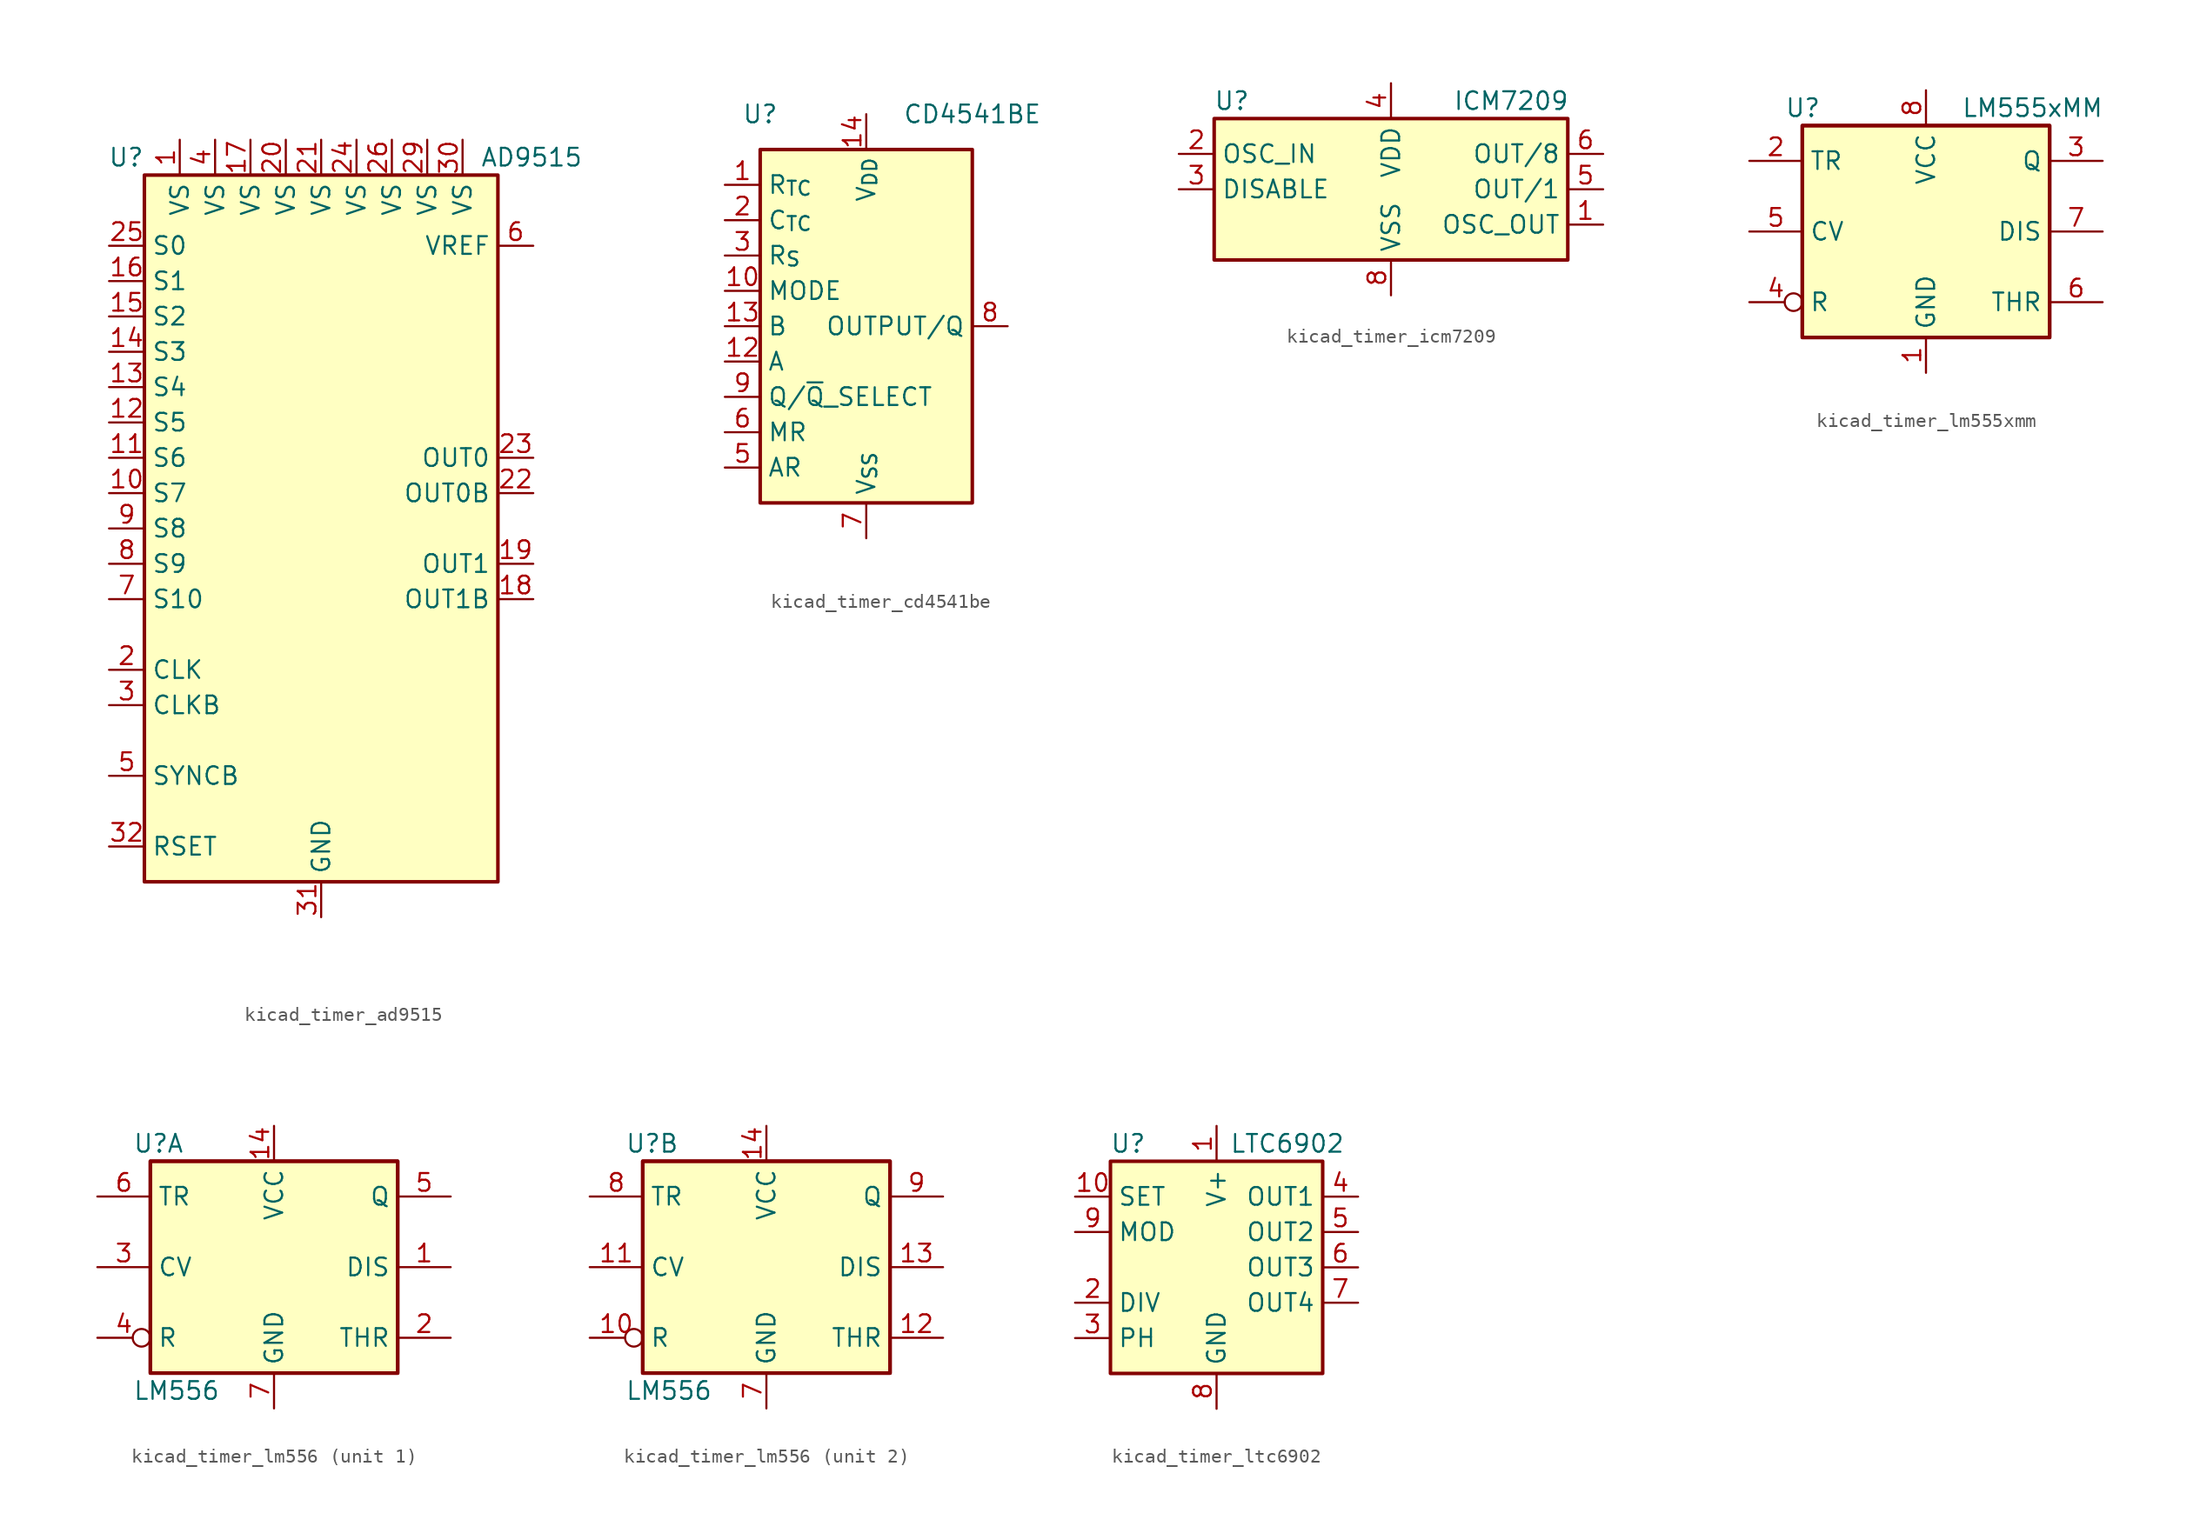
<source format=kicad_sym>
(kicad_symbol_lib
  (version 20220914)
  (generator kicad_symbol_editor)
  (symbol "kicad_timer_ad9515"
    (property "Reference" "U"
      (at -12.7 26.67 0)
      (effects (font (size 1.27 1.27)) (justify right)))
    (property "Value" "AD9515"
      (at 11.43 26.67 0)
      (effects (font (size 1.27 1.27)) (justify left)))
    (symbol "kicad_timer_ad9515_1_1"
      (rectangle (start -12.7 25.4) (end 12.7 -25.4) (stroke (width 0.254) (type default)) (fill (type background)))
      (pin power_in line (at -10.16 27.94 270) (length 2.54) (name "VS" (effects (font (size 1.27 1.27)))) (number "1" (effects (font (size 1.27 1.27)))))
      (pin input line (at -15.24 2.54 0) (length 2.54) (name "S7" (effects (font (size 1.27 1.27)))) (number "10" (effects (font (size 1.27 1.27)))))
      (pin input line (at -15.24 5.08 0) (length 2.54) (name "S6" (effects (font (size 1.27 1.27)))) (number "11" (effects (font (size 1.27 1.27)))))
      (pin input line (at -15.24 7.62 0) (length 2.54) (name "S5" (effects (font (size 1.27 1.27)))) (number "12" (effects (font (size 1.27 1.27)))))
      (pin input line (at -15.24 10.16 0) (length 2.54) (name "S4" (effects (font (size 1.27 1.27)))) (number "13" (effects (font (size 1.27 1.27)))))
      (pin input line (at -15.24 12.7 0) (length 2.54) (name "S3" (effects (font (size 1.27 1.27)))) (number "14" (effects (font (size 1.27 1.27)))))
      (pin input line (at -15.24 15.24 0) (length 2.54) (name "S2" (effects (font (size 1.27 1.27)))) (number "15" (effects (font (size 1.27 1.27)))))
      (pin input line (at -15.24 17.78 0) (length 2.54) (name "S1" (effects (font (size 1.27 1.27)))) (number "16" (effects (font (size 1.27 1.27)))))
      (pin power_in line (at -5.08 27.94 270) (length 2.54) (name "VS" (effects (font (size 1.27 1.27)))) (number "17" (effects (font (size 1.27 1.27)))))
      (pin output line (at 15.24 -5.08 180) (length 2.54) (name "OUT1B" (effects (font (size 1.27 1.27)))) (number "18" (effects (font (size 1.27 1.27)))))
      (pin output line (at 15.24 -2.54 180) (length 2.54) (name "OUT1" (effects (font (size 1.27 1.27)))) (number "19" (effects (font (size 1.27 1.27)))))
      (pin input line (at -15.24 -10.16 0) (length 2.54) (name "CLK" (effects (font (size 1.27 1.27)))) (number "2" (effects (font (size 1.27 1.27)))))
      (pin power_in line (at -2.54 27.94 270) (length 2.54) (name "VS" (effects (font (size 1.27 1.27)))) (number "20" (effects (font (size 1.27 1.27)))))
      (pin power_in line (at 0 27.94 270) (length 2.54) (name "VS" (effects (font (size 1.27 1.27)))) (number "21" (effects (font (size 1.27 1.27)))))
      (pin output line (at 15.24 2.54 180) (length 2.54) (name "OUT0B" (effects (font (size 1.27 1.27)))) (number "22" (effects (font (size 1.27 1.27)))))
      (pin output line (at 15.24 5.08 180) (length 2.54) (name "OUT0" (effects (font (size 1.27 1.27)))) (number "23" (effects (font (size 1.27 1.27)))))
      (pin power_in line (at 2.54 27.94 270) (length 2.54) (name "VS" (effects (font (size 1.27 1.27)))) (number "24" (effects (font (size 1.27 1.27)))))
      (pin input line (at -15.24 20.32 0) (length 2.54) (name "S0" (effects (font (size 1.27 1.27)))) (number "25" (effects (font (size 1.27 1.27)))))
      (pin power_in line (at 5.08 27.94 270) (length 2.54) (name "VS" (effects (font (size 1.27 1.27)))) (number "26" (effects (font (size 1.27 1.27)))))
      (pin no_connect line (at 12.7 10.16 180) (length 2.54) hide (name "NC" (effects (font (size 1.27 1.27)))) (number "27" (effects (font (size 1.27 1.27)))))
      (pin no_connect line (at 12.7 12.7 180) (length 2.54) hide (name "NC" (effects (font (size 1.27 1.27)))) (number "28" (effects (font (size 1.27 1.27)))))
      (pin power_in line (at 7.62 27.94 270) (length 2.54) (name "VS" (effects (font (size 1.27 1.27)))) (number "29" (effects (font (size 1.27 1.27)))))
      (pin input line (at -15.24 -12.7 0) (length 2.54) (name "CLKB" (effects (font (size 1.27 1.27)))) (number "3" (effects (font (size 1.27 1.27)))))
      (pin power_in line (at 10.16 27.94 270) (length 2.54) (name "VS" (effects (font (size 1.27 1.27)))) (number "30" (effects (font (size 1.27 1.27)))))
      (pin power_in line (at 0 -27.94 90) (length 2.54) (name "GND" (effects (font (size 1.27 1.27)))) (number "31" (effects (font (size 1.27 1.27)))))
      (pin passive line (at -15.24 -22.86 0) (length 2.54) (name "RSET" (effects (font (size 1.27 1.27)))) (number "32" (effects (font (size 1.27 1.27)))))
      (pin passive line (at 0 -27.94 90) (length 2.54) hide (name "GND" (effects (font (size 1.27 1.27)))) (number "33" (effects (font (size 1.27 1.27)))))
      (pin power_in line (at -7.62 27.94 270) (length 2.54) (name "VS" (effects (font (size 1.27 1.27)))) (number "4" (effects (font (size 1.27 1.27)))))
      (pin input line (at -15.24 -17.78 0) (length 2.54) (name "SYNCB" (effects (font (size 1.27 1.27)))) (number "5" (effects (font (size 1.27 1.27)))))
      (pin power_out line (at 15.24 20.32 180) (length 2.54) (name "VREF" (effects (font (size 1.27 1.27)))) (number "6" (effects (font (size 1.27 1.27)))))
      (pin input line (at -15.24 -5.08 0) (length 2.54) (name "S10" (effects (font (size 1.27 1.27)))) (number "7" (effects (font (size 1.27 1.27)))))
      (pin input line (at -15.24 -2.54 0) (length 2.54) (name "S9" (effects (font (size 1.27 1.27)))) (number "8" (effects (font (size 1.27 1.27)))))
      (pin input line (at -15.24 0 0) (length 2.54) (name "S8" (effects (font (size 1.27 1.27)))) (number "9" (effects (font (size 1.27 1.27)))))))
  (symbol "kicad_timer_cd4541be"
    (property "Reference" "U"
      (at -7.62 15.24 0)
      (effects (font (size 1.27 1.27))))
    (property "Value" "CD4541BE"
      (at 7.62 15.24 0)
      (effects (font (size 1.27 1.27))))
    (symbol "kicad_timer_cd4541be_0_0"
      (pin input line (at -10.16 10.16 0) (length 2.54) (name "R_{TC}" (effects (font (size 1.27 1.27)))) (number "1" (effects (font (size 1.27 1.27)))))
      (pin input line (at -10.16 2.54 0) (length 2.54) (name "MODE" (effects (font (size 1.27 1.27)))) (number "10" (effects (font (size 1.27 1.27)))))
      (pin no_connect line (at 7.62 -7.62 180) (length 2.54) hide (name "NC" (effects (font (size 1.27 1.27)))) (number "11" (effects (font (size 1.27 1.27)))))
      (pin input line (at -10.16 -2.54 0) (length 2.54) (name "A" (effects (font (size 1.27 1.27)))) (number "12" (effects (font (size 1.27 1.27)))))
      (pin input line (at -10.16 0 0) (length 2.54) (name "B" (effects (font (size 1.27 1.27)))) (number "13" (effects (font (size 1.27 1.27)))))
      (pin power_in line (at 0 15.24 270) (length 2.54) (name "V_{DD}" (effects (font (size 1.27 1.27)))) (number "14" (effects (font (size 1.27 1.27)))))
      (pin input line (at -10.16 7.62 0) (length 2.54) (name "C_{TC}" (effects (font (size 1.27 1.27)))) (number "2" (effects (font (size 1.27 1.27)))))
      (pin input line (at -10.16 5.08 0) (length 2.54) (name "R_{S}" (effects (font (size 1.27 1.27)))) (number "3" (effects (font (size 1.27 1.27)))))
      (pin no_connect line (at 7.62 -5.08 180) (length 2.54) hide (name "NC" (effects (font (size 1.27 1.27)))) (number "4" (effects (font (size 1.27 1.27)))))
      (pin input line (at -10.16 -10.16 0) (length 2.54) (name "AR" (effects (font (size 1.27 1.27)))) (number "5" (effects (font (size 1.27 1.27)))))
      (pin input line (at -10.16 -7.62 0) (length 2.54) (name "MR" (effects (font (size 1.27 1.27)))) (number "6" (effects (font (size 1.27 1.27)))))
      (pin power_in line (at 0 -15.24 90) (length 2.54) (name "V_{SS}" (effects (font (size 1.27 1.27)))) (number "7" (effects (font (size 1.27 1.27)))))
      (pin output line (at 10.16 0 180) (length 2.54) (name "OUTPUT/Q" (effects (font (size 1.27 1.27)))) (number "8" (effects (font (size 1.27 1.27)))))
      (pin input line (at -10.16 -5.08 0) (length 2.54) (name "Q/~{Q}_SELECT" (effects (font (size 1.27 1.27)))) (number "9" (effects (font (size 1.27 1.27))))))
    (symbol "kicad_timer_cd4541be_0_1"
      (rectangle (start 7.62 -12.7) (end -7.62 12.7) (stroke (width 0.254) (type default)) (fill (type background)))))
  (symbol "kicad_timer_icm7209"
    (property "Reference" "U"
      (at -11.43 6.35 0)
      (effects (font (size 1.27 1.27))))
    (property "Value" "ICM7209"
      (at 8.636 6.35 0)
      (effects (font (size 1.27 1.27))))
    (symbol "kicad_timer_icm7209_0_1"
      (rectangle (start -12.7 -5.08) (end 12.7 5.08) (stroke (width 0.254) (type default)) (fill (type background))))
    (symbol "kicad_timer_icm7209_1_1"
      (pin output line (at 15.24 -2.54 180) (length 2.54) (name "OSC_OUT" (effects (font (size 1.27 1.27)))) (number "1" (effects (font (size 1.27 1.27)))))
      (pin input line (at -15.24 2.54 0) (length 2.54) (name "OSC_IN" (effects (font (size 1.27 1.27)))) (number "2" (effects (font (size 1.27 1.27)))))
      (pin input line (at -15.24 0 0) (length 2.54) (name "DISABLE" (effects (font (size 1.27 1.27)))) (number "3" (effects (font (size 1.27 1.27)))))
      (pin power_in line (at 0 7.62 270) (length 2.54) (name "VDD" (effects (font (size 1.27 1.27)))) (number "4" (effects (font (size 1.27 1.27)))))
      (pin output line (at 15.24 0 180) (length 2.54) (name "OUT/1" (effects (font (size 1.27 1.27)))) (number "5" (effects (font (size 1.27 1.27)))))
      (pin output line (at 15.24 2.54 180) (length 2.54) (name "OUT/8" (effects (font (size 1.27 1.27)))) (number "6" (effects (font (size 1.27 1.27)))))
      (pin power_in line (at 0 -7.62 90) (length 2.54) (name "VSS" (effects (font (size 1.27 1.27)))) (number "8" (effects (font (size 1.27 1.27)))))))
  (symbol "kicad_timer_lm555xmm"
    (property "Reference" "U"
      (at -10.16 8.89 0)
      (effects (font (size 1.27 1.27)) (justify left)))
    (property "Value" "LM555xMM"
      (at 2.54 8.89 0)
      (effects (font (size 1.27 1.27)) (justify left)))
    (symbol "kicad_timer_lm555xmm_0_0"
      (pin power_in line (at 0 -10.16 90) (length 2.54) (name "GND" (effects (font (size 1.27 1.27)))) (number "1" (effects (font (size 1.27 1.27)))))
      (pin power_in line (at 0 10.16 270) (length 2.54) (name "VCC" (effects (font (size 1.27 1.27)))) (number "8" (effects (font (size 1.27 1.27))))))
    (symbol "kicad_timer_lm555xmm_0_1"
      (rectangle (start -8.89 -7.62) (end 8.89 7.62) (stroke (width 0.254) (type default)) (fill (type background)))
      (rectangle (start -8.89 -7.62) (end 8.89 7.62) (stroke (width 0.254) (type default)) (fill (type background))))
    (symbol "kicad_timer_lm555xmm_1_1"
      (pin input line (at -12.7 5.08 0) (length 3.81) (name "TR" (effects (font (size 1.27 1.27)))) (number "2" (effects (font (size 1.27 1.27)))))
      (pin output line (at 12.7 5.08 180) (length 3.81) (name "Q" (effects (font (size 1.27 1.27)))) (number "3" (effects (font (size 1.27 1.27)))))
      (pin input inverted (at -12.7 -5.08 0) (length 3.81) (name "R" (effects (font (size 1.27 1.27)))) (number "4" (effects (font (size 1.27 1.27)))))
      (pin input line (at -12.7 0 0) (length 3.81) (name "CV" (effects (font (size 1.27 1.27)))) (number "5" (effects (font (size 1.27 1.27)))))
      (pin input line (at 12.7 -5.08 180) (length 3.81) (name "THR" (effects (font (size 1.27 1.27)))) (number "6" (effects (font (size 1.27 1.27)))))
      (pin input line (at 12.7 0 180) (length 3.81) (name "DIS" (effects (font (size 1.27 1.27)))) (number "7" (effects (font (size 1.27 1.27)))))))
  (symbol "kicad_timer_lm556"
    (property "Reference" "U"
      (at -10.16 8.89 0)
      (effects (font (size 1.27 1.27)) (justify left)))
    (property "Value" "LM556"
      (at -10.16 -8.89 0)
      (effects (font (size 1.27 1.27)) (justify left)))
    (symbol "kicad_timer_lm556_0_0"
      (pin power_in line (at 0 10.16 270) (length 2.54) (name "VCC" (effects (font (size 1.27 1.27)))) (number "14" (effects (font (size 1.27 1.27)))))
      (pin power_in line (at 0 -10.16 90) (length 2.54) (name "GND" (effects (font (size 1.27 1.27)))) (number "7" (effects (font (size 1.27 1.27))))))
    (symbol "kicad_timer_lm556_0_1"
      (rectangle (start -8.89 -7.62) (end 8.89 7.62) (stroke (width 0.254) (type default)) (fill (type background)))
      (rectangle (start -8.89 -7.62) (end 8.89 7.62) (stroke (width 0.254) (type default)) (fill (type background))))
    (symbol "kicad_timer_lm556_1_1"
      (pin input line (at 12.7 0 180) (length 3.81) (name "DIS" (effects (font (size 1.27 1.27)))) (number "1" (effects (font (size 1.27 1.27)))))
      (pin input line (at 12.7 -5.08 180) (length 3.81) (name "THR" (effects (font (size 1.27 1.27)))) (number "2" (effects (font (size 1.27 1.27)))))
      (pin input line (at -12.7 0 0) (length 3.81) (name "CV" (effects (font (size 1.27 1.27)))) (number "3" (effects (font (size 1.27 1.27)))))
      (pin input inverted (at -12.7 -5.08 0) (length 3.81) (name "R" (effects (font (size 1.27 1.27)))) (number "4" (effects (font (size 1.27 1.27)))))
      (pin output line (at 12.7 5.08 180) (length 3.81) (name "Q" (effects (font (size 1.27 1.27)))) (number "5" (effects (font (size 1.27 1.27)))))
      (pin input line (at -12.7 5.08 0) (length 3.81) (name "TR" (effects (font (size 1.27 1.27)))) (number "6" (effects (font (size 1.27 1.27))))))
    (symbol "kicad_timer_lm556_2_1"
      (pin input inverted (at -12.7 -5.08 0) (length 3.81) (name "R" (effects (font (size 1.27 1.27)))) (number "10" (effects (font (size 1.27 1.27)))))
      (pin input line (at -12.7 0 0) (length 3.81) (name "CV" (effects (font (size 1.27 1.27)))) (number "11" (effects (font (size 1.27 1.27)))))
      (pin input line (at 12.7 -5.08 180) (length 3.81) (name "THR" (effects (font (size 1.27 1.27)))) (number "12" (effects (font (size 1.27 1.27)))))
      (pin input line (at 12.7 0 180) (length 3.81) (name "DIS" (effects (font (size 1.27 1.27)))) (number "13" (effects (font (size 1.27 1.27)))))
      (pin input line (at -12.7 5.08 0) (length 3.81) (name "TR" (effects (font (size 1.27 1.27)))) (number "8" (effects (font (size 1.27 1.27)))))
      (pin output line (at 12.7 5.08 180) (length 3.81) (name "Q" (effects (font (size 1.27 1.27)))) (number "9" (effects (font (size 1.27 1.27)))))))
  (symbol "kicad_timer_ltc6902"
    (property "Reference" "U"
      (at -6.35 8.89 0)
      (effects (font (size 1.27 1.27))))
    (property "Value" "LTC6902"
      (at 5.08 8.89 0)
      (effects (font (size 1.27 1.27))))
    (symbol "kicad_timer_ltc6902_0_1"
      (rectangle (start -7.62 7.62) (end 7.62 -7.62) (stroke (width 0.254) (type default)) (fill (type background))))
    (symbol "kicad_timer_ltc6902_1_1"
      (pin power_in line (at 0 10.16 270) (length 2.54) (name "V+" (effects (font (size 1.27 1.27)))) (number "1" (effects (font (size 1.27 1.27)))))
      (pin passive line (at -10.16 5.08 0) (length 2.54) (name "SET" (effects (font (size 1.27 1.27)))) (number "10" (effects (font (size 1.27 1.27)))))
      (pin input line (at -10.16 -2.54 0) (length 2.54) (name "DIV" (effects (font (size 1.27 1.27)))) (number "2" (effects (font (size 1.27 1.27)))))
      (pin input line (at -10.16 -5.08 0) (length 2.54) (name "PH" (effects (font (size 1.27 1.27)))) (number "3" (effects (font (size 1.27 1.27)))))
      (pin output line (at 10.16 5.08 180) (length 2.54) (name "OUT1" (effects (font (size 1.27 1.27)))) (number "4" (effects (font (size 1.27 1.27)))))
      (pin output line (at 10.16 2.54 180) (length 2.54) (name "OUT2" (effects (font (size 1.27 1.27)))) (number "5" (effects (font (size 1.27 1.27)))))
      (pin output line (at 10.16 0 180) (length 2.54) (name "OUT3" (effects (font (size 1.27 1.27)))) (number "6" (effects (font (size 1.27 1.27)))))
      (pin output line (at 10.16 -2.54 180) (length 2.54) (name "OUT4" (effects (font (size 1.27 1.27)))) (number "7" (effects (font (size 1.27 1.27)))))
      (pin power_in line (at 0 -10.16 90) (length 2.54) (name "GND" (effects (font (size 1.27 1.27)))) (number "8" (effects (font (size 1.27 1.27)))))
      (pin passive line (at -10.16 2.54 0) (length 2.54) (name "MOD" (effects (font (size 1.27 1.27)))) (number "9" (effects (font (size 1.27 1.27))))))))
</source>
